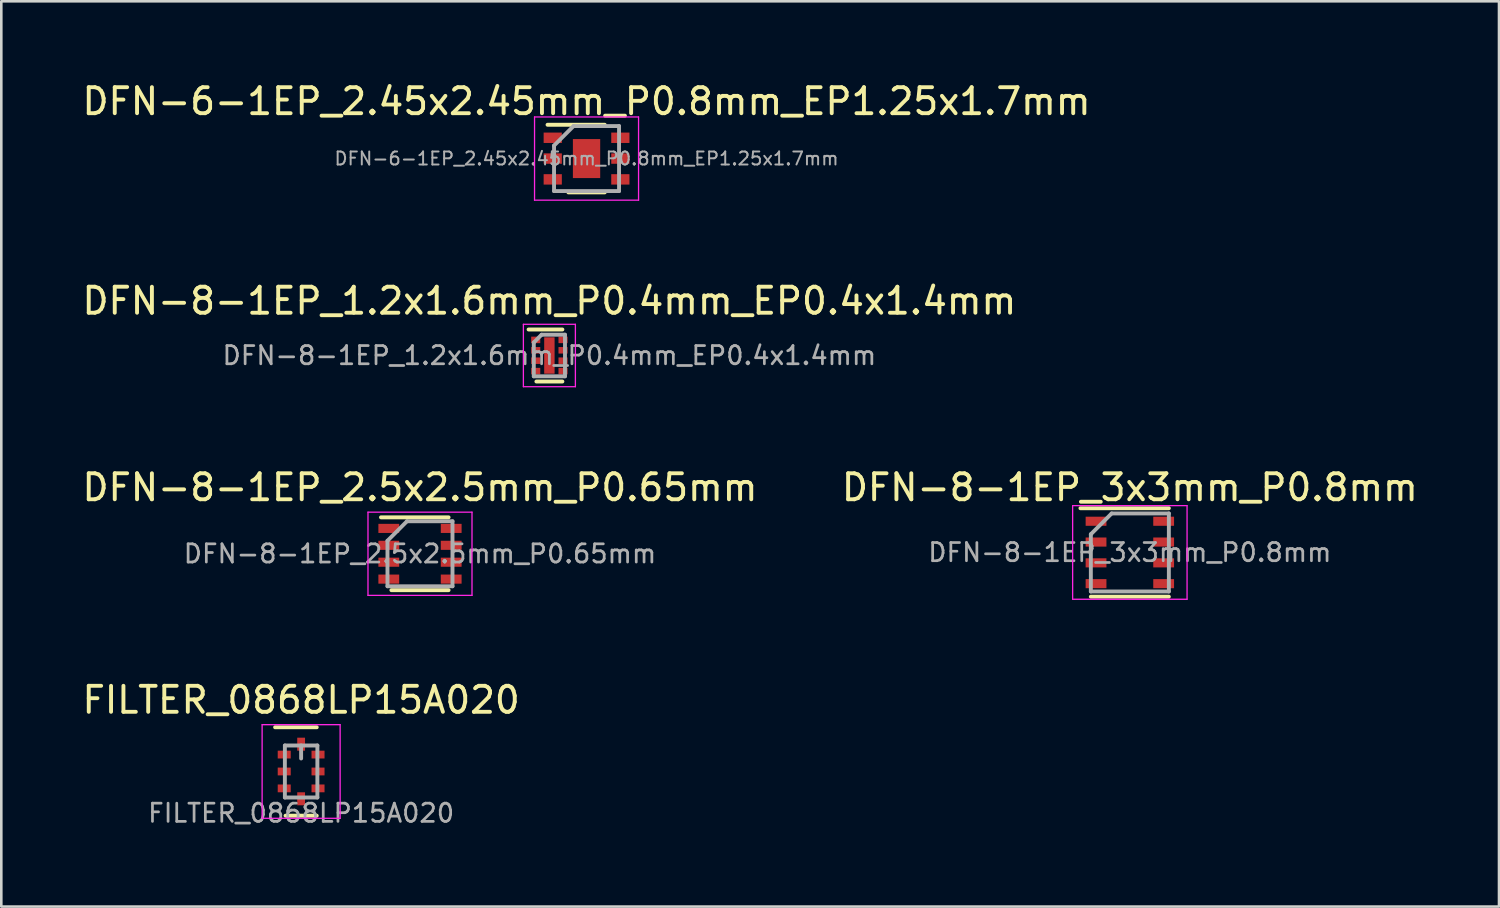
<source format=kicad_pcb>
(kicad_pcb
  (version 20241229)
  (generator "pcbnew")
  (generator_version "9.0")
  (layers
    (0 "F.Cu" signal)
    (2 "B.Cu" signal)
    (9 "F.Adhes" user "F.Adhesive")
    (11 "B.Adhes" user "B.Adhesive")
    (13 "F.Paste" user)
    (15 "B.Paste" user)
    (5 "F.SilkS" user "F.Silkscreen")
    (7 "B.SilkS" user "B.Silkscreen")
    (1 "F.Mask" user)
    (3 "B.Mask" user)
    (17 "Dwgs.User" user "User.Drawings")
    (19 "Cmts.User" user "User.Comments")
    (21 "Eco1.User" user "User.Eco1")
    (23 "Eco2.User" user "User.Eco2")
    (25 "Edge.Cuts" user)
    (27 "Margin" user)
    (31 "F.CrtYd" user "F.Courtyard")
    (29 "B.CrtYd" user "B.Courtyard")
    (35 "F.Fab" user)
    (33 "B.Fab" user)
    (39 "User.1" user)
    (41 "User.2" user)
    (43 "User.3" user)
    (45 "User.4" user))
  (footprint "DFN-8-1EP_1.2x1.6mm_P0.4mm_EP0.4x1.4mm"
    (layer "F.Cu")
    (at 18.077 10.621)
    (property "Reference" "DFN-8-1EP_1.2x1.6mm_P0.4mm_EP0.4x1.4mm" (at 0 -2.1 0) (layer "F.SilkS") (effects (font (size 1 1) (thickness 0.15))))
    (attr smd)
    (fp_line (start -0.8 -1) (end 0.5 -1) (stroke (width 0.15) (type solid)) (layer "F.SilkS"))
    (fp_line (start -0.5 1) (end 0.5 1) (stroke (width 0.15) (type solid)) (layer "F.SilkS"))
    (fp_line (start -1 -1.2) (end -1 1.2) (stroke (width 0.05) (type solid)) (layer "F.CrtYd"))
    (fp_line (start -1 -1.2) (end 1 -1.2) (stroke (width 0.05) (type solid)) (layer "F.CrtYd"))
    (fp_line (start -1 1.2) (end 1 1.2) (stroke (width 0.05) (type solid)) (layer "F.CrtYd"))
    (fp_line (start 1 -1.2) (end 1 1.2) (stroke (width 0.05) (type solid)) (layer "F.CrtYd"))
    (fp_line (start -0.6 -0.5) (end -0.3 -0.8) (stroke (width 0.15) (type solid)) (layer "F.Fab"))
    (fp_line (start -0.6 0.8) (end -0.6 -0.5) (stroke (width 0.15) (type solid)) (layer "F.Fab"))
    (fp_line (start -0.3 -0.8) (end 0.6 -0.8) (stroke (width 0.15) (type solid)) (layer "F.Fab"))
    (fp_line (start 0.6 -0.8) (end 0.6 0.8) (stroke (width 0.15) (type solid)) (layer "F.Fab"))
    (fp_line (start 0.6 0.8) (end -0.6 0.8) (stroke (width 0.15) (type solid)) (layer "F.Fab"))
    (fp_text user "${REFERENCE}" (at 0 0 0) (layer "F.Fab") (effects (font (size 0.7 0.7) (thickness 0.105))))
    (pad "" smd roundrect (at 0 -0.35) (size 0.32 0.5) (layers "F.Paste") (roundrect_rratio 0.25))
    (pad "" smd roundrect (at 0 0.35) (size 0.32 0.5) (layers "F.Paste") (roundrect_rratio 0.25))
    (pad "1" smd rect (at -0.525 -0.6) (size 0.35 0.25) (layers "F.Cu" "F.Mask" "F.Paste"))
    (pad "2" smd rect (at -0.525 -0.2) (size 0.35 0.25) (layers "F.Cu" "F.Mask" "F.Paste"))
    (pad "3" smd rect (at -0.525 0.2) (size 0.35 0.25) (layers "F.Cu" "F.Mask" "F.Paste"))
    (pad "4" smd rect (at -0.525 0.6) (size 0.35 0.25) (layers "F.Cu" "F.Mask" "F.Paste"))
    (pad "5" smd rect (at 0.525 0.6) (size 0.35 0.25) (layers "F.Cu" "F.Mask" "F.Paste"))
    (pad "6" smd rect (at 0.525 0.2) (size 0.35 0.25) (layers "F.Cu" "F.Mask" "F.Paste"))
    (pad "7" smd rect (at 0.525 -0.2) (size 0.35 0.25) (layers "F.Cu" "F.Mask" "F.Paste"))
    (pad "8" smd rect (at 0.525 -0.6) (size 0.35 0.25) (layers "F.Cu" "F.Mask" "F.Paste"))
    (pad "9" smd rect (at 0 0) (size 0.4 1.4) (layers "F.Cu" "F.Mask")))
  (footprint "DFN-8-1EP_2.5x2.5mm_P0.65mm"
    (layer "F.Cu")
    (at 13.101 18.245)
    (property "Reference" "DFN-8-1EP_2.5x2.5mm_P0.65mm" (at 0 -2.55 0) (layer "F.SilkS") (effects (font (size 1 1) (thickness 0.15))))
    (attr smd)
    (fp_line (start -1.5 -1.4) (end 1.1 -1.4) (stroke (width 0.15) (type solid)) (layer "F.SilkS"))
    (fp_line (start -1.1 1.4) (end 1.1 1.4) (stroke (width 0.15) (type solid)) (layer "F.SilkS"))
    (fp_line (start -2 -1.6) (end -2 1.6) (stroke (width 0.05) (type solid)) (layer "F.CrtYd"))
    (fp_line (start -2 -1.6) (end 2 -1.6) (stroke (width 0.05) (type solid)) (layer "F.CrtYd"))
    (fp_line (start -2 1.6) (end 2 1.6) (stroke (width 0.05) (type solid)) (layer "F.CrtYd"))
    (fp_line (start 2 -1.6) (end 2 1.6) (stroke (width 0.05) (type solid)) (layer "F.CrtYd"))
    (fp_line (start -1.25 -0.5) (end -0.5 -1.25) (stroke (width 0.15) (type solid)) (layer "F.Fab"))
    (fp_line (start -1.25 1.25) (end -1.25 -0.5) (stroke (width 0.15) (type solid)) (layer "F.Fab"))
    (fp_line (start -0.5 -1.25) (end 1.25 -1.25) (stroke (width 0.15) (type solid)) (layer "F.Fab"))
    (fp_line (start 1.25 -1.25) (end 1.25 1.25) (stroke (width 0.15) (type solid)) (layer "F.Fab"))
    (fp_line (start 1.25 1.25) (end -1.25 1.25) (stroke (width 0.15) (type solid)) (layer "F.Fab"))
    (fp_text user "${REFERENCE}" (at 0 0 0) (layer "F.Fab") (effects (font (size 0.7 0.7) (thickness 0.105))))
    (pad "1" smd rect (at -1.2 -0.975) (size 0.8 0.35) (layers "F.Cu" "F.Mask" "F.Paste"))
    (pad "2" smd rect (at -1.2 -0.325) (size 0.8 0.35) (layers "F.Cu" "F.Mask" "F.Paste"))
    (pad "3" smd rect (at -1.2 0.325) (size 0.8 0.35) (layers "F.Cu" "F.Mask" "F.Paste"))
    (pad "4" smd rect (at -1.2 0.975) (size 0.8 0.35) (layers "F.Cu" "F.Mask" "F.Paste"))
    (pad "5" smd rect (at 1.2 0.975) (size 0.8 0.35) (layers "F.Cu" "F.Mask" "F.Paste"))
    (pad "6" smd rect (at 1.2 0.325) (size 0.8 0.35) (layers "F.Cu" "F.Mask" "F.Paste"))
    (pad "7" smd rect (at 1.2 -0.325) (size 0.8 0.35) (layers "F.Cu" "F.Mask" "F.Paste"))
    (pad "8" smd rect (at 1.2 -0.975) (size 0.8 0.35) (layers "F.Cu" "F.Mask" "F.Paste")))
  (footprint "FILTER_0868LP15A020"
    (layer "F.Cu")
    (at 8.53 26.618)
    (property "Reference" "FILTER_0868LP15A020" (at 0 -2.75 0) (layer "F.SilkS") (effects (font (size 1 1) (thickness 0.15))))
    (attr smd)
    (fp_line (start -1 -1.7) (end 0.6 -1.7) (stroke (width 0.15) (type solid)) (layer "F.SilkS"))
    (fp_line (start -0.6 1.7) (end 0.6 1.7) (stroke (width 0.15) (type solid)) (layer "F.SilkS"))
    (fp_line (start -1.5 -1.8) (end -1.5 1.8) (stroke (width 0.05) (type solid)) (layer "F.CrtYd"))
    (fp_line (start -1.5 -1.8) (end 1.5 -1.8) (stroke (width 0.05) (type solid)) (layer "F.CrtYd"))
    (fp_line (start -1.5 1.8) (end 1.5 1.8) (stroke (width 0.05) (type solid)) (layer "F.CrtYd"))
    (fp_line (start 1.5 -1.8) (end 1.5 1.8) (stroke (width 0.05) (type solid)) (layer "F.CrtYd"))
    (fp_line (start -0.625 -1) (end 0.625 -1) (stroke (width 0.15) (type solid)) (layer "F.Fab"))
    (fp_line (start -0.625 1) (end -0.625 -1) (stroke (width 0.15) (type solid)) (layer "F.Fab"))
    (fp_line (start 0 -0.5) (end 0 -1) (stroke (width 0.15) (type solid)) (layer "F.Fab"))
    (fp_line (start 0.625 -1) (end 0.625 1) (stroke (width 0.15) (type solid)) (layer "F.Fab"))
    (fp_line (start 0.625 1) (end -0.625 1) (stroke (width 0.15) (type solid)) (layer "F.Fab"))
    (fp_text user "${REFERENCE}" (at 0 1.6 0) (layer "F.Fab") (effects (font (size 0.7 0.7) (thickness 0.105))))
    (pad "1" smd rect (at -0.65 -0.65) (size 0.5 0.3) (layers "F.Cu" "F.Mask" "F.Paste"))
    (pad "2" smd rect (at -0.65 0) (size 0.5 0.3) (layers "F.Cu" "F.Mask" "F.Paste"))
    (pad "3" smd rect (at -0.65 0.65) (size 0.5 0.3) (layers "F.Cu" "F.Mask" "F.Paste"))
    (pad "4" smd rect (at 0 1.05) (size 0.3 0.5) (layers "F.Cu" "F.Mask" "F.Paste"))
    (pad "5" smd rect (at 0.65 0.65) (size 0.5 0.3) (layers "F.Cu" "F.Mask" "F.Paste"))
    (pad "6" smd rect (at 0.65 0) (size 0.5 0.3) (layers "F.Cu" "F.Mask" "F.Paste"))
    (pad "7" smd rect (at 0.65 -0.65) (size 0.5 0.3) (layers "F.Cu" "F.Mask" "F.Paste"))
    (pad "8" smd rect (at 0 -1.05) (size 0.3 0.5) (layers "F.Cu" "F.Mask" "F.Paste")))
  (footprint "DFN-8-1EP_3x3mm_P0.8mm"
    (layer "F.Cu")
    (at 40.399 18.195)
    (property "Reference" "DFN-8-1EP_3x3mm_P0.8mm" (at 0 -2.5 0) (layer "F.SilkS") (effects (font (size 1 1) (thickness 0.15))))
    (attr smd)
    (fp_line (start -1.9 -1.7) (end 1.5 -1.7) (stroke (width 0.15) (type solid)) (layer "F.SilkS"))
    (fp_line (start -1.5 1.7) (end 1.5 1.7) (stroke (width 0.15) (type solid)) (layer "F.SilkS"))
    (fp_line (start -2.2 -1.8) (end -2.2 1.8) (stroke (width 0.05) (type solid)) (layer "F.CrtYd"))
    (fp_line (start -2.2 -1.8) (end 2.2 -1.8) (stroke (width 0.05) (type solid)) (layer "F.CrtYd"))
    (fp_line (start -2.2 1.8) (end 2.2 1.8) (stroke (width 0.05) (type solid)) (layer "F.CrtYd"))
    (fp_line (start 2.2 -1.8) (end 2.2 1.8) (stroke (width 0.05) (type solid)) (layer "F.CrtYd"))
    (fp_line (start -1.5 -0.7) (end -0.7 -1.5) (stroke (width 0.15) (type solid)) (layer "F.Fab"))
    (fp_line (start -1.5 1.5) (end -1.5 -0.7) (stroke (width 0.15) (type solid)) (layer "F.Fab"))
    (fp_line (start -0.7 -1.5) (end 1.5 -1.5) (stroke (width 0.15) (type solid)) (layer "F.Fab"))
    (fp_line (start 1.5 -1.5) (end 1.5 1.5) (stroke (width 0.15) (type solid)) (layer "F.Fab"))
    (fp_line (start 1.5 1.5) (end -1.5 1.5) (stroke (width 0.15) (type solid)) (layer "F.Fab"))
    (fp_text user "${REFERENCE}" (at 0 0 0) (layer "F.Fab") (effects (font (size 0.7 0.7) (thickness 0.105))))
    (pad "1" smd rect (at -1.3 -1.2) (size 0.8 0.35) (layers "F.Cu" "F.Mask" "F.Paste"))
    (pad "2" smd rect (at -1.3 -0.4) (size 0.8 0.35) (layers "F.Cu" "F.Mask" "F.Paste"))
    (pad "3" smd rect (at -1.3 0.4) (size 0.8 0.35) (layers "F.Cu" "F.Mask" "F.Paste"))
    (pad "4" smd rect (at -1.3 1.2) (size 0.8 0.35) (layers "F.Cu" "F.Mask" "F.Paste"))
    (pad "5" smd rect (at 1.3 1.2) (size 0.8 0.35) (layers "F.Cu" "F.Mask" "F.Paste"))
    (pad "6" smd rect (at 1.3 0.4) (size 0.8 0.35) (layers "F.Cu" "F.Mask" "F.Paste"))
    (pad "7" smd rect (at 1.3 -0.4) (size 0.8 0.35) (layers "F.Cu" "F.Mask" "F.Paste"))
    (pad "8" smd rect (at 1.3 -1.2) (size 0.8 0.35) (layers "F.Cu" "F.Mask" "F.Paste")))
  (footprint "DFN-6-1EP_2.45x2.45mm_P0.8mm_EP1.25x1.7mm"
    (layer "F.Cu")
    (at 19.506 3.048)
    (property "Reference" "DFN-6-1EP_2.45x2.45mm_P0.8mm_EP1.25x1.7mm" (at 0 -2.2 0) (layer "F.SilkS") (effects (font (size 1 1) (thickness 0.15))))
    (attr smd)
    (fp_line (start -1.5 -1.3) (end 0.7 -1.3) (stroke (width 0.15) (type solid)) (layer "F.SilkS"))
    (fp_line (start -0.7 1.3) (end 0.7 1.3) (stroke (width 0.15) (type solid)) (layer "F.SilkS"))
    (fp_line (start -2 -1.6) (end -2 1.6) (stroke (width 0.05) (type solid)) (layer "F.CrtYd"))
    (fp_line (start -2 -1.6) (end 2 -1.6) (stroke (width 0.05) (type solid)) (layer "F.CrtYd"))
    (fp_line (start -2 1.6) (end 2 1.6) (stroke (width 0.05) (type solid)) (layer "F.CrtYd"))
    (fp_line (start 2 -1.6) (end 2 1.6) (stroke (width 0.05) (type solid)) (layer "F.CrtYd"))
    (fp_line (start -1.25 -0.5) (end -0.5 -1.25) (stroke (width 0.15) (type solid)) (layer "F.Fab"))
    (fp_line (start -1.25 1.25) (end -1.25 -0.5) (stroke (width 0.15) (type solid)) (layer "F.Fab"))
    (fp_line (start -0.5 -1.25) (end 1.25 -1.25) (stroke (width 0.15) (type solid)) (layer "F.Fab"))
    (fp_line (start 1.25 -1.25) (end 1.25 1.25) (stroke (width 0.15) (type solid)) (layer "F.Fab"))
    (fp_line (start 1.25 1.25) (end -1.25 1.25) (stroke (width 0.15) (type solid)) (layer "F.Fab"))
    (fp_text user "${REFERENCE}" (at 0 0 0) (layer "F.Fab") (effects (font (size 0.5 0.5) (thickness 0.075))))
    (pad "" smd rect (at 0 -0.4) (size 0.82 0.63) (layers "F.Paste"))
    (pad "" smd rect (at 0 0.4) (size 0.82 0.63) (layers "F.Paste"))
    (pad "1" smd rect (at -1.3 -0.8) (size 0.7 0.4) (layers "F.Cu" "F.Mask" "F.Paste"))
    (pad "2" smd rect (at -1.3 0) (size 0.7 0.4) (layers "F.Cu" "F.Mask" "F.Paste"))
    (pad "3" smd rect (at -1.3 0.8) (size 0.7 0.4) (layers "F.Cu" "F.Mask" "F.Paste"))
    (pad "4" smd rect (at 1.3 0.8) (size 0.7 0.4) (layers "F.Cu" "F.Mask" "F.Paste"))
    (pad "5" smd rect (at 1.3 0) (size 0.7 0.4) (layers "F.Cu" "F.Mask" "F.Paste"))
    (pad "6" smd rect (at 1.3 -0.8) (size 0.7 0.4) (layers "F.Cu" "F.Mask" "F.Paste"))
    (pad "7" smd rect (at 0 0) (size 1.05 1.5) (layers "F.Cu" "F.Mask")))
  (gr_rect
    (start -3 -3)
    (end 54.595 31.812)
    (stroke (width 0.1) (type default))
    (fill no)
    (layer "Edge.Cuts")))
</source>
